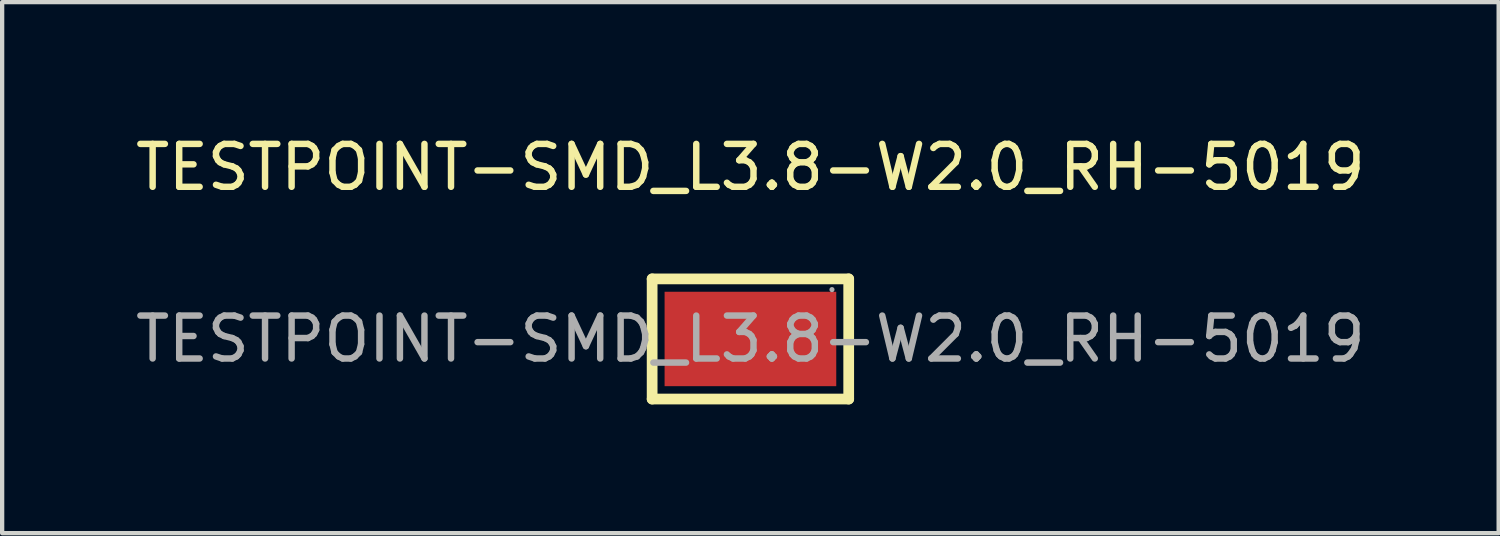
<source format=kicad_pcb>
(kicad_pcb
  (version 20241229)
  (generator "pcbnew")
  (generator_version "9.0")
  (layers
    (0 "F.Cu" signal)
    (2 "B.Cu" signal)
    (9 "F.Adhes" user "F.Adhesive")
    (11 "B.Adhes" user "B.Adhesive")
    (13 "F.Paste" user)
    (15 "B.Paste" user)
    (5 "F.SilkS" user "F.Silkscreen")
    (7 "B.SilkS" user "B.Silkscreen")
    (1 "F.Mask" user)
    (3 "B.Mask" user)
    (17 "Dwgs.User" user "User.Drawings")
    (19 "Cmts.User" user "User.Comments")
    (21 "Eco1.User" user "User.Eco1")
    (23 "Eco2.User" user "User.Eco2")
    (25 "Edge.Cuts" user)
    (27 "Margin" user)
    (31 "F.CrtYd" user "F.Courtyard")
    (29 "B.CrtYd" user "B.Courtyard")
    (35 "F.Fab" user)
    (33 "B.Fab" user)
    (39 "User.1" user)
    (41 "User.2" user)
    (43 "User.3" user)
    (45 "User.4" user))
  (footprint "TESTPOINT-SMD_L3.8-W2.0_RH-5019"
    (layer "F.Cu")
    (at 14.435 4.848)
    (property "Reference" "TESTPOINT-SMD_L3.8-W2.0_RH-5019" (at 0 -4 0) (layer "F.SilkS") (effects (font (size 1 1) (thickness 0.15))))
    (attr smd)
    (fp_line (start -2.29 -1.4) (end -2.29 1.4) (stroke (width 0.25) (type solid)) (layer "F.SilkS"))
    (fp_line (start 2.29 -1.4) (end -2.29 -1.4) (stroke (width 0.25) (type solid)) (layer "F.SilkS"))
    (fp_line (start 2.29 -1.4) (end 2.29 1.4) (stroke (width 0.25) (type solid)) (layer "F.SilkS"))
    (fp_line (start 2.29 1.4) (end -2.29 1.4) (stroke (width 0.25) (type solid)) (layer "F.SilkS"))
    (fp_circle (center 1.9 -1.15) (end 1.93 -1.15) (stroke (width 0.06) (type solid)) (fill no) (layer "F.Fab"))
    (fp_text user "${REFERENCE}" (at 0 0 0) (layer "F.Fab") (effects (font (size 1 1) (thickness 0.15))))
    (pad "1" smd rect (at 0 0) (size 4 2.2) (layers "F.Cu" "F.Mask" "F.Paste")))
  (gr_rect
    (start -3 -3)
    (end 31.869 9.373)
    (stroke (width 0.1) (type default))
    (fill no)
    (layer "Edge.Cuts")))
</source>
